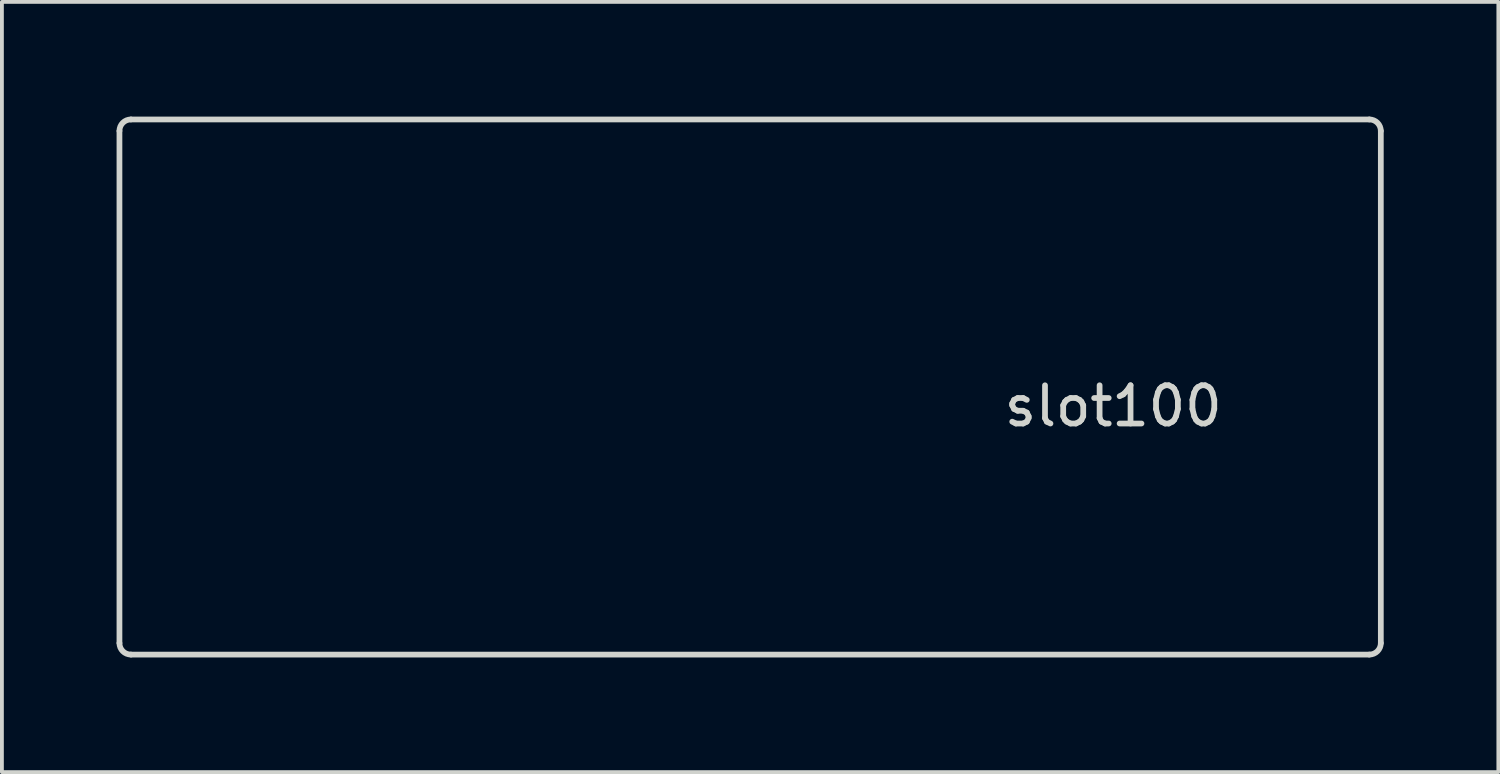
<source format=kicad_pcb>
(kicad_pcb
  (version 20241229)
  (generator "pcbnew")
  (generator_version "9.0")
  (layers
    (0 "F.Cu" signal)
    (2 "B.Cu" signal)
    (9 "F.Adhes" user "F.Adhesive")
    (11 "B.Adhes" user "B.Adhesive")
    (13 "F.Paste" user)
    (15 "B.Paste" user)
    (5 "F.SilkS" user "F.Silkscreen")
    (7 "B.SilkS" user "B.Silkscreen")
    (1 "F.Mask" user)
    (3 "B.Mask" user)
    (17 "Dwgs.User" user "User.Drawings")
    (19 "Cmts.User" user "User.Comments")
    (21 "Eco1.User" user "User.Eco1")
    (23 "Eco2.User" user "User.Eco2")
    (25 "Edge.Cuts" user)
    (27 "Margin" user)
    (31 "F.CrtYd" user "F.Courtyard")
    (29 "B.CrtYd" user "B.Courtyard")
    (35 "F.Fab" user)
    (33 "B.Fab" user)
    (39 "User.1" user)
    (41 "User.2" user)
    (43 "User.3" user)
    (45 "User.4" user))
  (footprint "slot100"
    (layer "F.Cu")
    (at 16.575 7.075)
    (property "Reference" "slot100" (at 9.5 0.5 0) (layer "Edge.Cuts") (effects (font (size 1 1) (thickness 0.15))))
    (attr through_hole)
    (fp_line (start -16.5 -6.7) (end -16.5 6.7) (stroke (width 0.15) (type solid)) (layer "Edge.Cuts"))
    (fp_line (start -16.2 7) (end 16.2 7) (stroke (width 0.15) (type solid)) (layer "Edge.Cuts"))
    (fp_line (start 16.2 -7) (end -16.2 -7) (stroke (width 0.15) (type solid)) (layer "Edge.Cuts"))
    (fp_line (start 16.5 6.7) (end 16.5 -6.7) (stroke (width 0.15) (type solid)) (layer "Edge.Cuts"))
    (fp_arc (start -16.5 -6.7) (mid -16.412132 -6.912132) (end -16.2 -7) (stroke (width 0.15) (type solid)) (layer "Edge.Cuts"))
    (fp_arc (start -16.2 7) (mid -16.412132 6.912132) (end -16.5 6.7) (stroke (width 0.15) (type solid)) (layer "Edge.Cuts"))
    (fp_arc (start 16.2 -7) (mid 16.412132 -6.912132) (end 16.5 -6.7) (stroke (width 0.15) (type solid)) (layer "Edge.Cuts"))
    (fp_arc (start 16.5 6.7) (mid 16.412132 6.912132) (end 16.2 7) (stroke (width 0.15) (type solid)) (layer "Edge.Cuts")))
  (gr_rect
    (start -3 -3)
    (end 36.15 17.15)
    (stroke (width 0.1) (type default))
    (fill no)
    (layer "Edge.Cuts")))
</source>
